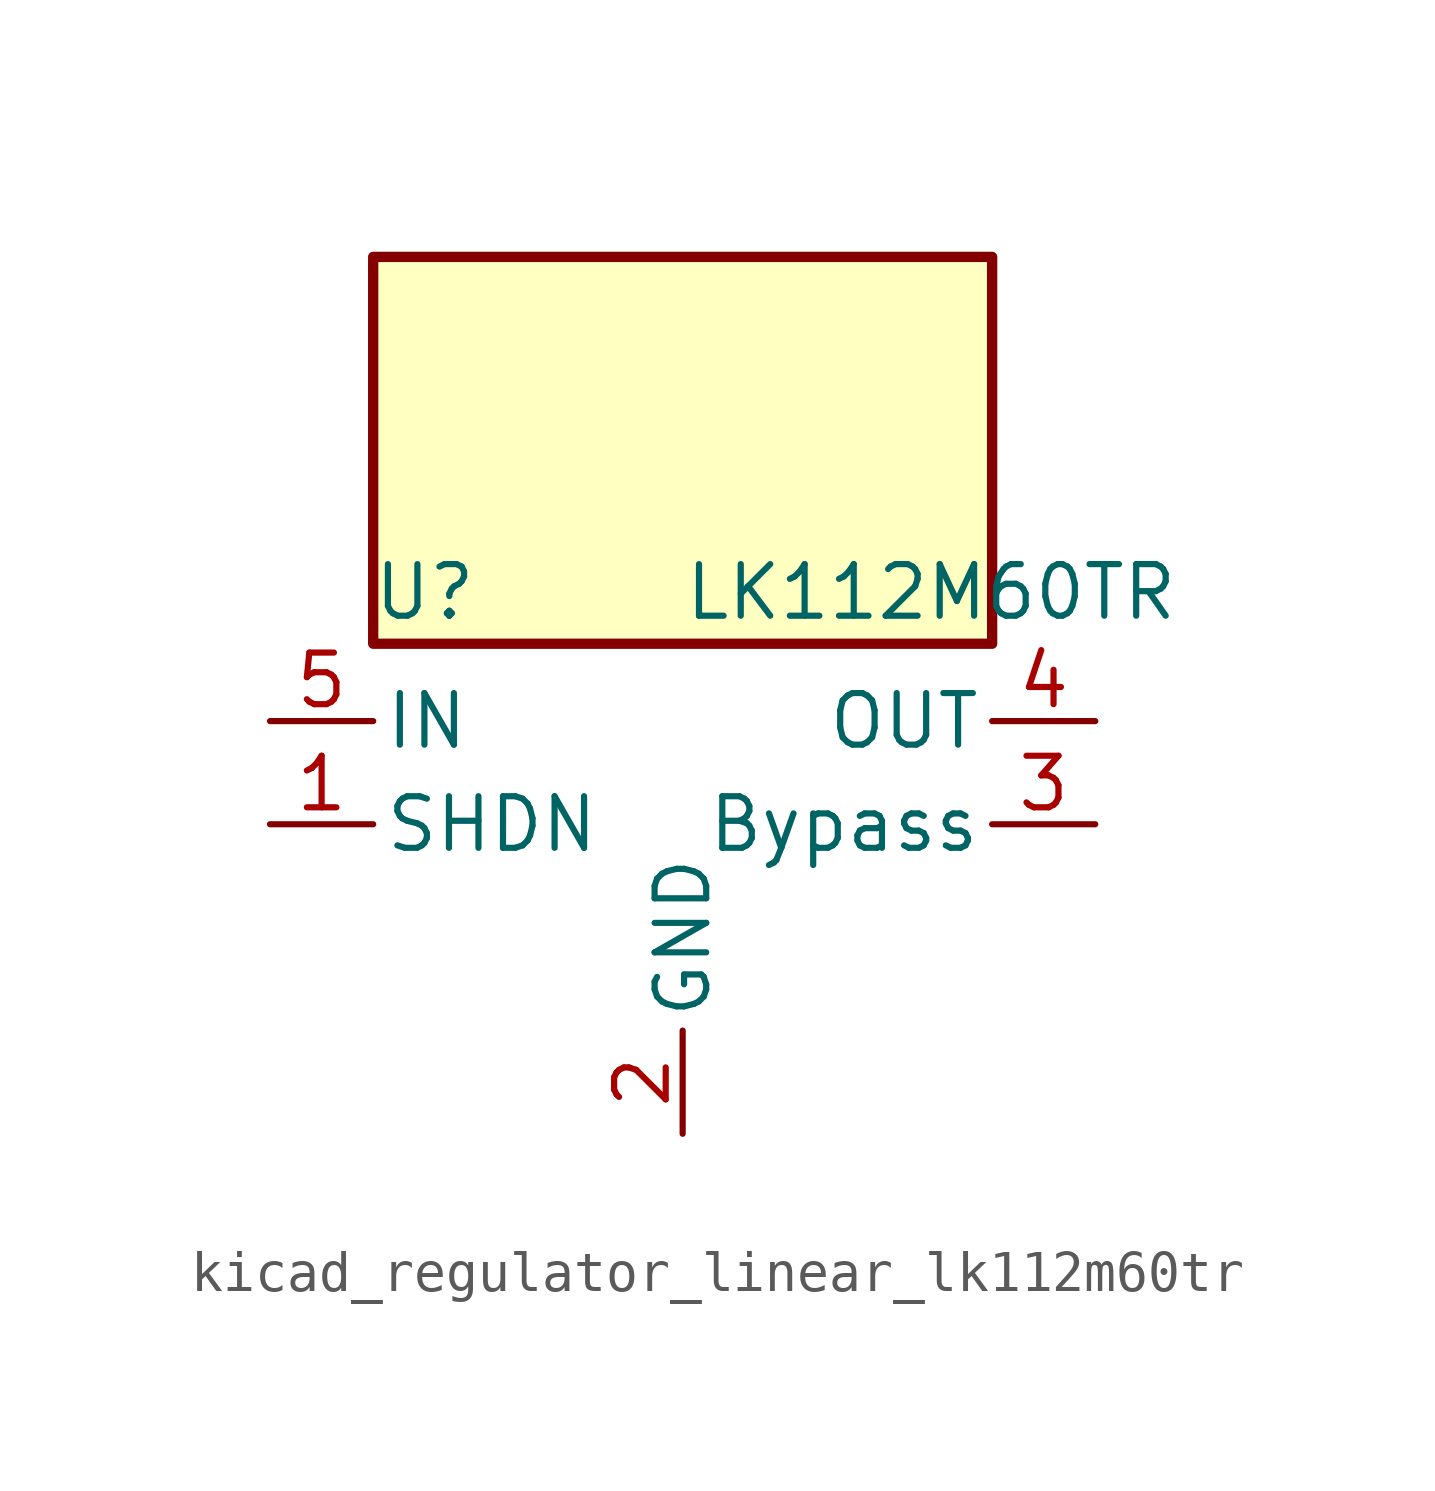
<source format=kicad_sym>
(kicad_symbol_lib
  (version 20220914)
  (generator kicad_symbol_editor)
  (symbol "kicad_regulator_linear_lk112m60tr"
    (pin_names
      (offset 0.254))
    (property "Reference" "U"
      (at -6.35 5.715 0)
      (effects (font (size 1.27 1.27))))
    (property "Value" "LK112M60TR"
      (at 0 5.715 0)
      (effects (font (size 1.27 1.27)) (justify left)))
    (symbol "kicad_regulator_linear_lk112m60tr_0_1"
      (rectangle (start 7.62 13.97) (end -7.62 4.445) (stroke (width 0.254) (type default)) (fill (type background))))
    (symbol "kicad_regulator_linear_lk112m60tr_1_1"
      (pin input line (at -10.16 0 0) (length 2.54) (name "SHDN" (effects (font (size 1.27 1.27)))) (number "1" (effects (font (size 1.27 1.27)))))
      (pin power_in line (at 0 -7.62 90) (length 2.54) (name "GND" (effects (font (size 1.27 1.27)))) (number "2" (effects (font (size 1.27 1.27)))))
      (pin passive line (at 10.16 0 180) (length 2.54) (name "Bypass" (effects (font (size 1.27 1.27)))) (number "3" (effects (font (size 1.27 1.27)))))
      (pin power_out line (at 10.16 2.54 180) (length 2.54) (name "OUT" (effects (font (size 1.27 1.27)))) (number "4" (effects (font (size 1.27 1.27)))))
      (pin power_in line (at -10.16 2.54 0) (length 2.54) (name "IN" (effects (font (size 1.27 1.27)))) (number "5" (effects (font (size 1.27 1.27))))))))
</source>
